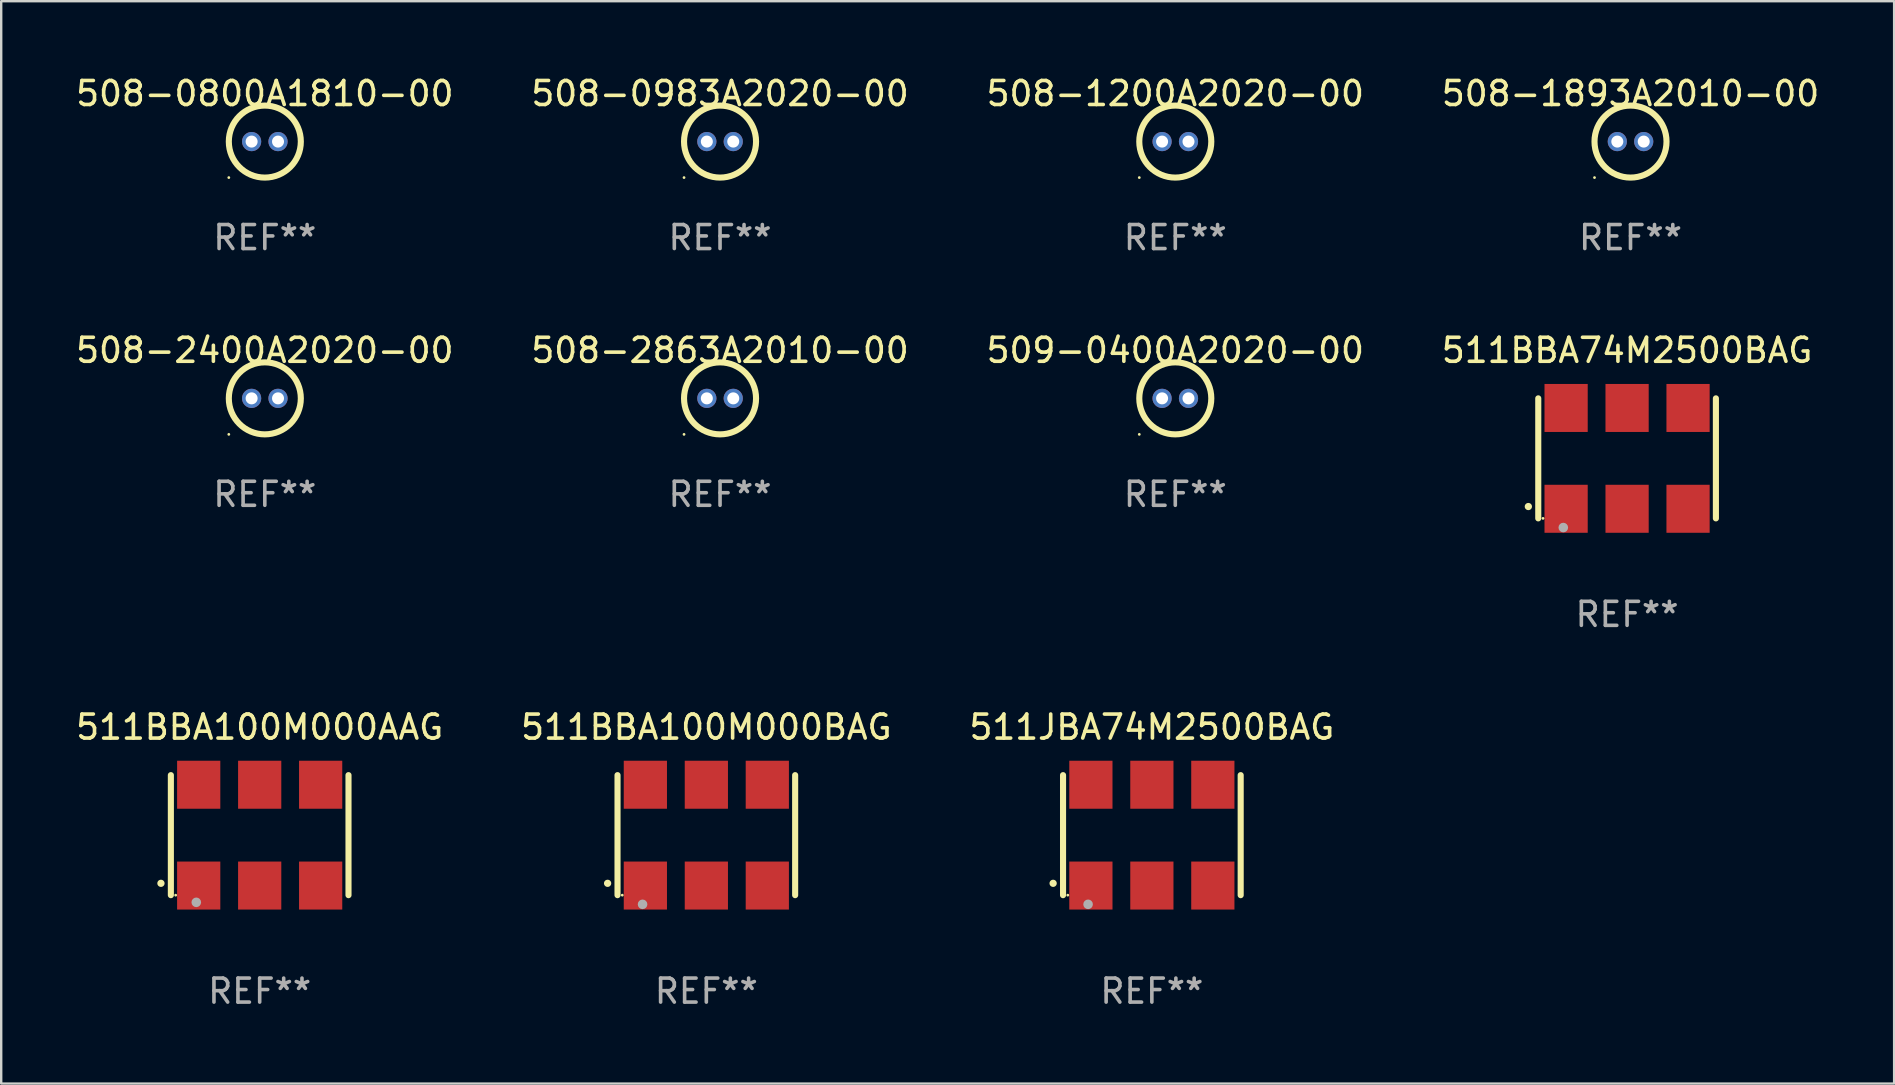
<source format=kicad_pcb>
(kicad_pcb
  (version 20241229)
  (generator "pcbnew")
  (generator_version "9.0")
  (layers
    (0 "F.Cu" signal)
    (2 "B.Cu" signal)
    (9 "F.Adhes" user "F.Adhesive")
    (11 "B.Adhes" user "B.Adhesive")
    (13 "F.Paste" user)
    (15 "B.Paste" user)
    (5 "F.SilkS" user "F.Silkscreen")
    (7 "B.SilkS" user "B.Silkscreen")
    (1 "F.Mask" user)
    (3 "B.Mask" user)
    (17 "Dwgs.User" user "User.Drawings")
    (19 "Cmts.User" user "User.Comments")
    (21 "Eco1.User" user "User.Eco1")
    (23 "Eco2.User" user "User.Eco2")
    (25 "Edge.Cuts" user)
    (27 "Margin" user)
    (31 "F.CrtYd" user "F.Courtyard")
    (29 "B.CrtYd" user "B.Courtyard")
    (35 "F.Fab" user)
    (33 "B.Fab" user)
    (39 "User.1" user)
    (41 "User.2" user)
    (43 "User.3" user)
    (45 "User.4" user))
  (footprint "508-2863A2010-00"
    (layer "F.Cu")
    (at 26.946 13.545)
    (property "Reference" "508-2863A2010-00" (at 0 -2 0) (layer "F.SilkS") (effects (font (size 1 1) (thickness 0.15))))
    (attr through_hole)
    (fp_circle (center -1.5 1.5) (end -1.47 1.5) (stroke (width 0.06) (type solid)) (fill no) (layer "F.SilkS"))
    (fp_circle (center 0 0) (end 1.5 0) (stroke (width 0.254) (type solid)) (fill no) (layer "F.SilkS"))
    (fp_text user "REF**" (at 0 4 0) (layer "F.Fab") (effects (font (size 1 1) (thickness 0.15))))
    (pad "1" thru_hole circle (at -0.55 0) (size 0.8 0.8) (drill 0.5) (layers "*.Cu" "*.Mask"))
    (pad "2" thru_hole circle (at 0.55 0) (size 0.8 0.8) (drill 0.5) (layers "*.Cu" "*.Mask")))
  (footprint "508-0983A2020-00"
    (layer "F.Cu")
    (at 26.946 2.848)
    (property "Reference" "508-0983A2020-00" (at 0 -2 0) (layer "F.SilkS") (effects (font (size 1 1) (thickness 0.15))))
    (attr through_hole)
    (fp_circle (center -1.5 1.5) (end -1.47 1.5) (stroke (width 0.06) (type solid)) (fill no) (layer "F.SilkS"))
    (fp_circle (center 0 0) (end 1.5 0) (stroke (width 0.254) (type solid)) (fill no) (layer "F.SilkS"))
    (fp_text user "REF**" (at 0 4 0) (layer "F.Fab") (effects (font (size 1 1) (thickness 0.15))))
    (pad "1" thru_hole circle (at -0.55 0) (size 0.8 0.8) (drill 0.5) (layers "*.Cu" "*.Mask"))
    (pad "2" thru_hole circle (at 0.55 0) (size 0.8 0.8) (drill 0.5) (layers "*.Cu" "*.Mask")))
  (footprint "509-0400A2020-00"
    (layer "F.Cu")
    (at 45.911 13.545)
    (property "Reference" "509-0400A2020-00" (at 0 -2 0) (layer "F.SilkS") (effects (font (size 1 1) (thickness 0.15))))
    (attr through_hole)
    (fp_circle (center -1.5 1.5) (end -1.47 1.5) (stroke (width 0.06) (type solid)) (fill no) (layer "F.SilkS"))
    (fp_circle (center 0 0) (end 1.5 0) (stroke (width 0.254) (type solid)) (fill no) (layer "F.SilkS"))
    (fp_text user "REF**" (at 0 4 0) (layer "F.Fab") (effects (font (size 1 1) (thickness 0.15))))
    (pad "1" thru_hole circle (at -0.55 0) (size 0.8 0.8) (drill 0.5) (layers "*.Cu" "*.Mask"))
    (pad "2" thru_hole circle (at 0.55 0) (size 0.8 0.8) (drill 0.5) (layers "*.Cu" "*.Mask")))
  (footprint "511BBA100M000AAG"
    (layer "F.Cu")
    (at 7.768 31.741)
    (property "Reference" "511BBA100M000AAG" (at 0 -4.5 0) (layer "F.SilkS") (effects (font (size 1 1) (thickness 0.15))))
    (attr through_hole)
    (fp_line (start -3.7 -2.5) (end -3.7 2.5) (stroke (width 0.254) (type solid)) (layer "F.SilkS"))
    (fp_line (start 3.7 -2.5) (end 3.7 2.5) (stroke (width 0.254) (type solid)) (layer "F.SilkS"))
    (fp_arc (start -4.114415 2.006604) (mid -4.113145 2.006599) (end -4.111875 2.006604) (stroke (width 0.3) (type solid)) (layer "F.SilkS"))
    (fp_circle (center -3.5 2.501) (end -3.47 2.501) (stroke (width 0.06) (type solid)) (fill no) (layer "F.SilkS"))
    (fp_circle (center -2.641 2.799) (end -2.541 2.799) (stroke (width 0.2) (type solid)) (fill no) (layer "F.Fab"))
    (fp_text user "REF**" (at 0 6.5 0) (layer "F.Fab") (effects (font (size 1 1) (thickness 0.15))))
    (pad "1" smd rect (at -2.54 2.1) (size 1.8 2) (layers "F.Cu" "F.Mask" "F.Paste"))
    (pad "2" smd rect (at 0.000394 2.1) (size 1.8 2) (layers "F.Cu" "F.Mask" "F.Paste"))
    (pad "3" smd rect (at 2.54 2.1) (size 1.8 2) (layers "F.Cu" "F.Mask" "F.Paste"))
    (pad "4" smd rect (at 2.54 -2.1) (size 1.8 2) (layers "F.Cu" "F.Mask" "F.Paste"))
    (pad "5" smd rect (at 0.000394 -2.1) (size 1.8 2) (layers "F.Cu" "F.Mask" "F.Paste"))
    (pad "6" smd rect (at -2.54 -2.1) (size 1.8 2) (layers "F.Cu" "F.Mask" "F.Paste")))
  (footprint "511BBA74M2500BAG"
    (layer "F.Cu")
    (at 64.732 16.045)
    (property "Reference" "511BBA74M2500BAG" (at 0 -4.5 0) (layer "F.SilkS") (effects (font (size 1 1) (thickness 0.15))))
    (attr through_hole)
    (fp_line (start -3.7 -2.5) (end -3.7 2.5) (stroke (width 0.254) (type solid)) (layer "F.SilkS"))
    (fp_line (start 3.7 -2.5) (end 3.7 2.5) (stroke (width 0.254) (type solid)) (layer "F.SilkS"))
    (fp_arc (start -4.114415 2.006604) (mid -4.113145 2.006599) (end -4.111875 2.006604) (stroke (width 0.3) (type solid)) (layer "F.SilkS"))
    (fp_circle (center -3.502 2.5) (end -3.472 2.5) (stroke (width 0.06) (type solid)) (fill no) (layer "F.SilkS"))
    (fp_circle (center -2.657 2.882) (end -2.557 2.882) (stroke (width 0.2) (type solid)) (fill no) (layer "F.Fab"))
    (fp_text user "REF**" (at 0 6.5 0) (layer "F.Fab") (effects (font (size 1 1) (thickness 0.15))))
    (pad "1" smd rect (at -2.54 2.1) (size 1.8 2) (layers "F.Cu" "F.Mask" "F.Paste"))
    (pad "2" smd rect (at 0.000394 2.1) (size 1.8 2) (layers "F.Cu" "F.Mask" "F.Paste"))
    (pad "3" smd rect (at 2.54 2.1) (size 1.8 2) (layers "F.Cu" "F.Mask" "F.Paste"))
    (pad "4" smd rect (at 2.54 -2.1) (size 1.8 2) (layers "F.Cu" "F.Mask" "F.Paste"))
    (pad "5" smd rect (at 0.000394 -2.1) (size 1.8 2) (layers "F.Cu" "F.Mask" "F.Paste"))
    (pad "6" smd rect (at -2.54 -2.1) (size 1.8 2) (layers "F.Cu" "F.Mask" "F.Paste")))
  (footprint "508-0800A1810-00"
    (layer "F.Cu")
    (at 7.982 2.848)
    (property "Reference" "508-0800A1810-00" (at 0 -2 0) (layer "F.SilkS") (effects (font (size 1 1) (thickness 0.15))))
    (attr through_hole)
    (fp_circle (center -1.5 1.5) (end -1.47 1.5) (stroke (width 0.06) (type solid)) (fill no) (layer "F.SilkS"))
    (fp_circle (center 0 0) (end 1.5 0) (stroke (width 0.254) (type solid)) (fill no) (layer "F.SilkS"))
    (fp_text user "REF**" (at 0 4 0) (layer "F.Fab") (effects (font (size 1 1) (thickness 0.15))))
    (pad "1" thru_hole circle (at -0.55 0) (size 0.8 0.8) (drill 0.5) (layers "*.Cu" "*.Mask"))
    (pad "2" thru_hole circle (at 0.55 0) (size 0.8 0.8) (drill 0.5) (layers "*.Cu" "*.Mask")))
  (footprint "508-2400A2020-00"
    (layer "F.Cu")
    (at 7.982 13.545)
    (property "Reference" "508-2400A2020-00" (at 0 -2 0) (layer "F.SilkS") (effects (font (size 1 1) (thickness 0.15))))
    (attr through_hole)
    (fp_circle (center -1.5 1.5) (end -1.47 1.5) (stroke (width 0.06) (type solid)) (fill no) (layer "F.SilkS"))
    (fp_circle (center 0 0) (end 1.5 0) (stroke (width 0.254) (type solid)) (fill no) (layer "F.SilkS"))
    (fp_text user "REF**" (at 0 4 0) (layer "F.Fab") (effects (font (size 1 1) (thickness 0.15))))
    (pad "1" thru_hole circle (at -0.55 0) (size 0.8 0.8) (drill 0.5) (layers "*.Cu" "*.Mask"))
    (pad "2" thru_hole circle (at 0.55 0) (size 0.8 0.8) (drill 0.5) (layers "*.Cu" "*.Mask")))
  (footprint "511BBA100M000BAG"
    (layer "F.Cu")
    (at 26.375 31.741)
    (property "Reference" "511BBA100M000BAG" (at 0 -4.5 0) (layer "F.SilkS") (effects (font (size 1 1) (thickness 0.15))))
    (attr through_hole)
    (fp_line (start -3.7 -2.5) (end -3.7 2.5) (stroke (width 0.254) (type solid)) (layer "F.SilkS"))
    (fp_line (start 3.7 -2.5) (end 3.7 2.5) (stroke (width 0.254) (type solid)) (layer "F.SilkS"))
    (fp_arc (start -4.114415 2.006604) (mid -4.113145 2.006599) (end -4.111875 2.006604) (stroke (width 0.3) (type solid)) (layer "F.SilkS"))
    (fp_circle (center -3.502 2.5) (end -3.472 2.5) (stroke (width 0.06) (type solid)) (fill no) (layer "F.SilkS"))
    (fp_circle (center -2.657 2.882) (end -2.557 2.882) (stroke (width 0.2) (type solid)) (fill no) (layer "F.Fab"))
    (fp_text user "REF**" (at 0 6.5 0) (layer "F.Fab") (effects (font (size 1 1) (thickness 0.15))))
    (pad "1" smd rect (at -2.54 2.1) (size 1.8 2) (layers "F.Cu" "F.Mask" "F.Paste"))
    (pad "2" smd rect (at 0.000394 2.1) (size 1.8 2) (layers "F.Cu" "F.Mask" "F.Paste"))
    (pad "3" smd rect (at 2.54 2.1) (size 1.8 2) (layers "F.Cu" "F.Mask" "F.Paste"))
    (pad "4" smd rect (at 2.54 -2.1) (size 1.8 2) (layers "F.Cu" "F.Mask" "F.Paste"))
    (pad "5" smd rect (at 0.000394 -2.1) (size 1.8 2) (layers "F.Cu" "F.Mask" "F.Paste"))
    (pad "6" smd rect (at -2.54 -2.1) (size 1.8 2) (layers "F.Cu" "F.Mask" "F.Paste")))
  (footprint "511JBA74M2500BAG"
    (layer "F.Cu")
    (at 44.935 31.741)
    (property "Reference" "511JBA74M2500BAG" (at 0 -4.5 0) (layer "F.SilkS") (effects (font (size 1 1) (thickness 0.15))))
    (attr through_hole)
    (fp_line (start -3.7 -2.5) (end -3.7 2.5) (stroke (width 0.254) (type solid)) (layer "F.SilkS"))
    (fp_line (start 3.7 -2.5) (end 3.7 2.5) (stroke (width 0.254) (type solid)) (layer "F.SilkS"))
    (fp_arc (start -4.114415 2.006604) (mid -4.113145 2.006599) (end -4.111875 2.006604) (stroke (width 0.3) (type solid)) (layer "F.SilkS"))
    (fp_circle (center -3.502 2.5) (end -3.472 2.5) (stroke (width 0.06) (type solid)) (fill no) (layer "F.SilkS"))
    (fp_circle (center -2.657 2.882) (end -2.557 2.882) (stroke (width 0.2) (type solid)) (fill no) (layer "F.Fab"))
    (fp_text user "REF**" (at 0 6.5 0) (layer "F.Fab") (effects (font (size 1 1) (thickness 0.15))))
    (pad "1" smd rect (at -2.54 2.1) (size 1.8 2) (layers "F.Cu" "F.Mask" "F.Paste"))
    (pad "2" smd rect (at 0.000394 2.1) (size 1.8 2) (layers "F.Cu" "F.Mask" "F.Paste"))
    (pad "3" smd rect (at 2.54 2.1) (size 1.8 2) (layers "F.Cu" "F.Mask" "F.Paste"))
    (pad "4" smd rect (at 2.54 -2.1) (size 1.8 2) (layers "F.Cu" "F.Mask" "F.Paste"))
    (pad "5" smd rect (at 0.000394 -2.1) (size 1.8 2) (layers "F.Cu" "F.Mask" "F.Paste"))
    (pad "6" smd rect (at -2.54 -2.1) (size 1.8 2) (layers "F.Cu" "F.Mask" "F.Paste")))
  (footprint "508-1200A2020-00"
    (layer "F.Cu")
    (at 45.911 2.848)
    (property "Reference" "508-1200A2020-00" (at 0 -2 0) (layer "F.SilkS") (effects (font (size 1 1) (thickness 0.15))))
    (attr through_hole)
    (fp_circle (center -1.5 1.5) (end -1.47 1.5) (stroke (width 0.06) (type solid)) (fill no) (layer "F.SilkS"))
    (fp_circle (center 0 0) (end 1.5 0) (stroke (width 0.254) (type solid)) (fill no) (layer "F.SilkS"))
    (fp_text user "REF**" (at 0 4 0) (layer "F.Fab") (effects (font (size 1 1) (thickness 0.15))))
    (pad "1" thru_hole circle (at -0.55 0) (size 0.8 0.8) (drill 0.5) (layers "*.Cu" "*.Mask"))
    (pad "2" thru_hole circle (at 0.55 0) (size 0.8 0.8) (drill 0.5) (layers "*.Cu" "*.Mask")))
  (footprint "508-1893A2010-00"
    (layer "F.Cu")
    (at 64.875 2.848)
    (property "Reference" "508-1893A2010-00" (at 0 -2 0) (layer "F.SilkS") (effects (font (size 1 1) (thickness 0.15))))
    (attr through_hole)
    (fp_circle (center -1.5 1.5) (end -1.47 1.5) (stroke (width 0.06) (type solid)) (fill no) (layer "F.SilkS"))
    (fp_circle (center 0 0) (end 1.5 0) (stroke (width 0.254) (type solid)) (fill no) (layer "F.SilkS"))
    (fp_text user "REF**" (at 0 4 0) (layer "F.Fab") (effects (font (size 1 1) (thickness 0.15))))
    (pad "1" thru_hole circle (at -0.55 0) (size 0.8 0.8) (drill 0.5) (layers "*.Cu" "*.Mask"))
    (pad "2" thru_hole circle (at 0.55 0) (size 0.8 0.8) (drill 0.5) (layers "*.Cu" "*.Mask")))
  (gr_rect
    (start -3 -3)
    (end 75.857 42.09)
    (stroke (width 0.1) (type default))
    (fill no)
    (layer "Edge.Cuts")))
</source>
